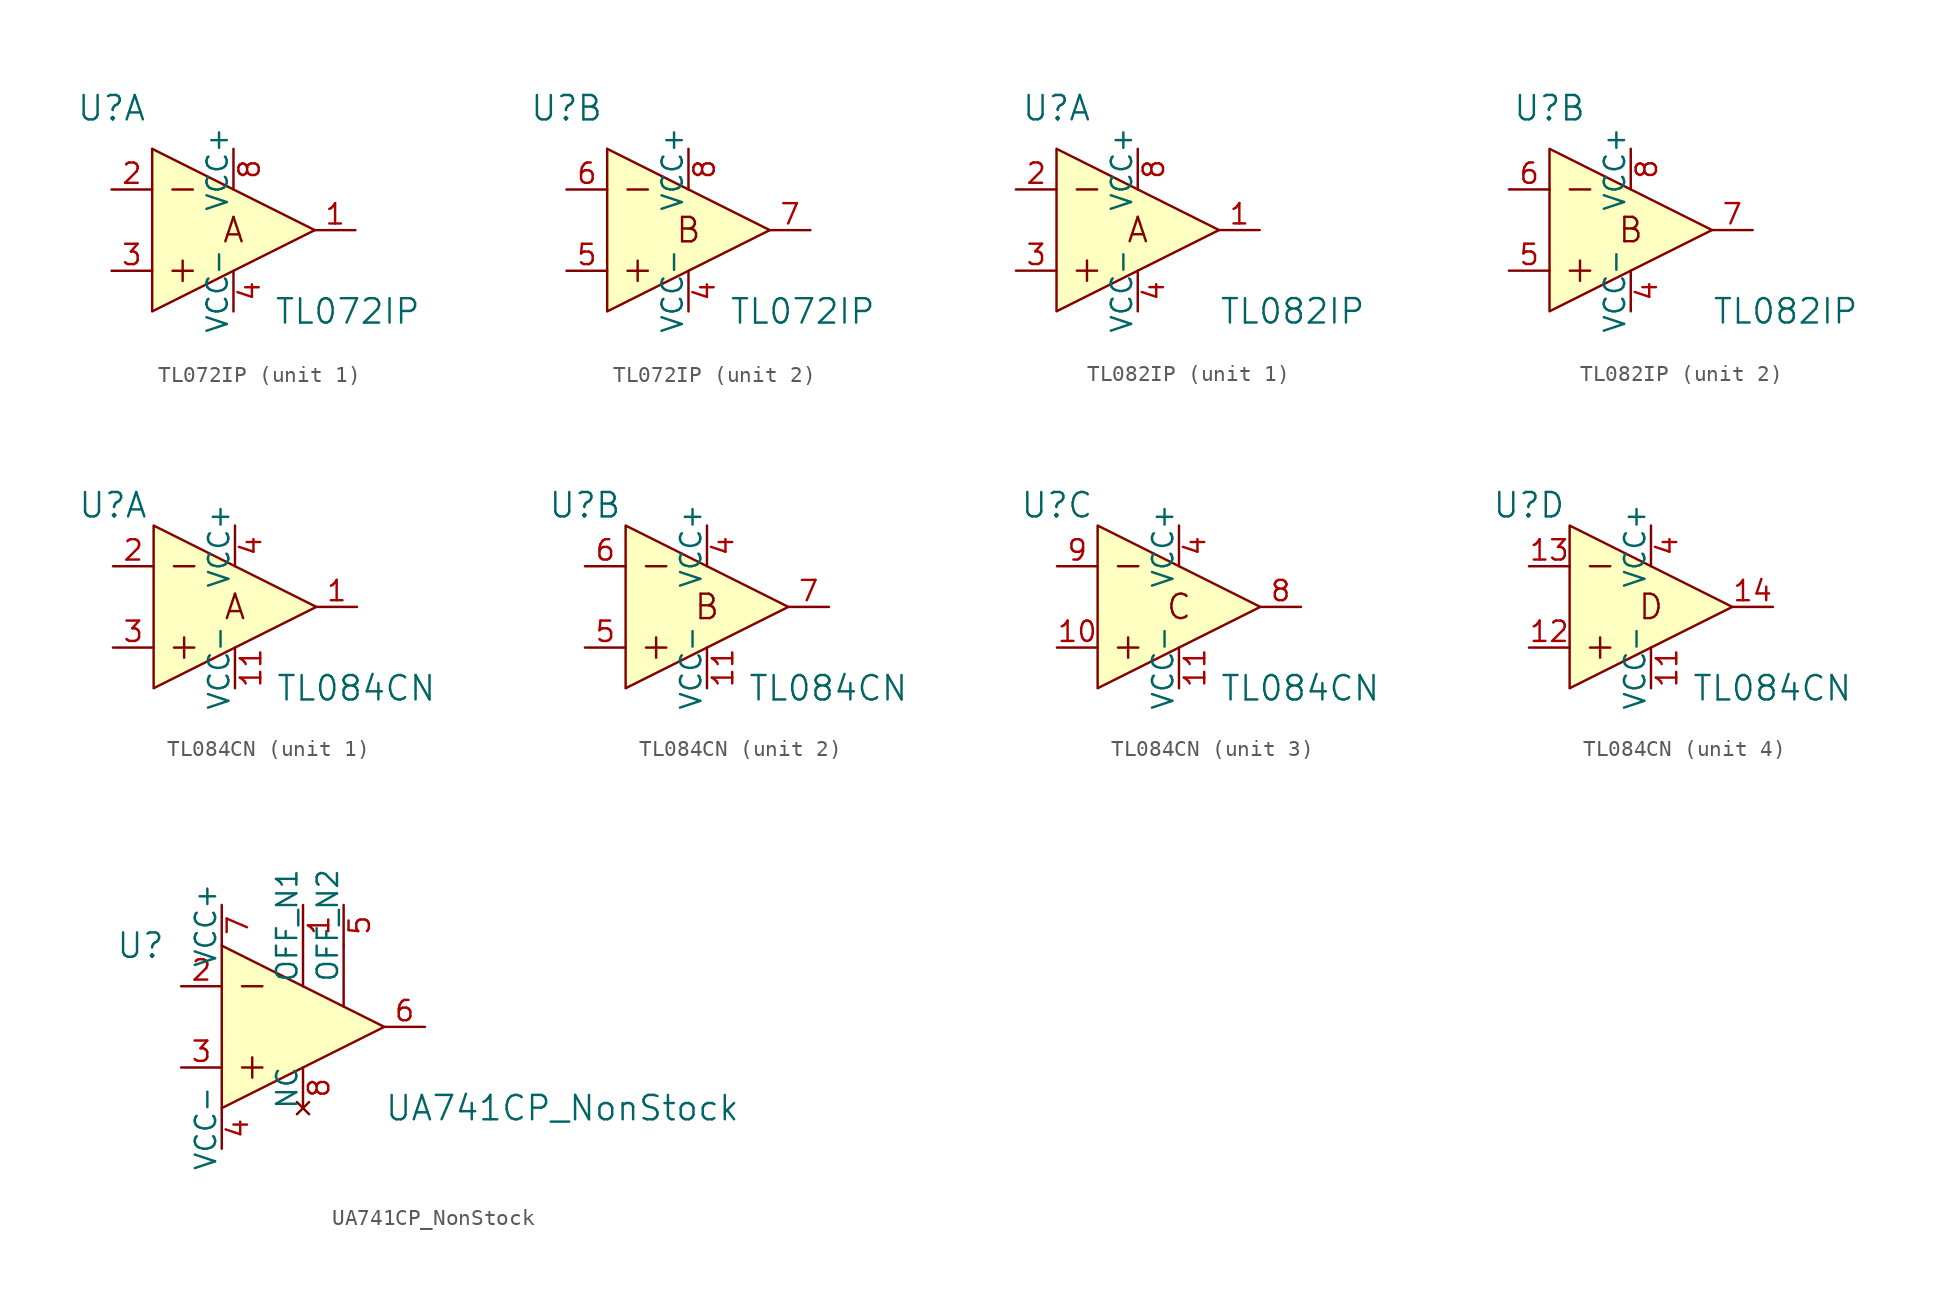
<source format=kicad_sym>
(kicad_symbol_lib
  (version 20231120)
  (generator "kicad_symbol_editor")
  (generator_version "8.0")
  (symbol "TL072IP"
    (pin_names
      (offset 0))
    (property "Reference" "U"
      (at -7.62 7.62 0)
      (effects (font (size 1.524 1.524))))
    (property "Value" "TL072IP"
      (at 2.54 -5.08 0)
      (effects (font (size 1.524 1.524)) (justify left)))
    (property "ki_locked" ""
      (at 0 0 0)
      (effects (font (size 1.27 1.27))))
    (symbol "TL072IP_0_1"
      (polyline (pts (xy -5.08 5.08) (xy 5.08 0)) (stroke (width 0) (type solid)) (fill (type none)))
      (polyline (pts (xy -3.81 -2.54) (xy -2.54 -2.54)) (stroke (width 0) (type solid)) (fill (type none)))
      (polyline (pts (xy -3.81 2.54) (xy -2.54 2.54)) (stroke (width 0) (type solid)) (fill (type none)))
      (polyline (pts (xy -3.175 -1.905) (xy -3.175 -3.175)) (stroke (width 0) (type solid)) (fill (type none)))
      (polyline (pts (xy -5.08 5.08) (xy -5.08 -5.08) (xy 5.08 0)) (stroke (width 0) (type solid)) (fill (type background))))
    (symbol "TL072IP_1_0"
      (text "A" (at 0 0 0) (effects (font (size 1.524 1.524)))))
    (symbol "TL072IP_1_1"
      (pin output line (at 7.62 0 180) (length 2.54) (name "~" (effects (font (size 1.27 1.27)))) (number "1" (effects (font (size 1.27 1.27)))))
      (pin input line (at -7.62 2.54 0) (length 2.54) (name "~" (effects (font (size 1.27 1.27)))) (number "2" (effects (font (size 1.27 1.27)))))
      (pin input line (at -7.62 -2.54 0) (length 2.54) (name "~" (effects (font (size 1.27 1.27)))) (number "3" (effects (font (size 1.27 1.27)))))
      (pin power_in line (at 0 -5.08 90) (length 2.54) (name "VCC-" (effects (font (size 1.27 1.27)))) (number "4" (effects (font (size 1.27 1.27)))))
      (pin power_in line (at 0 5.08 270) (length 2.54) (name "VCC+" (effects (font (size 1.27 1.27)))) (number "8" (effects (font (size 1.27 1.27))))))
    (symbol "TL072IP_2_0"
      (text "B" (at 0 0 0) (effects (font (size 1.524 1.524)))))
    (symbol "TL072IP_2_1"
      (pin power_in line (at 0 -5.08 90) (length 2.54) (name "VCC-" (effects (font (size 1.27 1.27)))) (number "4" (effects (font (size 1.27 1.27)))))
      (pin input line (at -7.62 -2.54 0) (length 2.54) (name "~" (effects (font (size 1.27 1.27)))) (number "5" (effects (font (size 1.27 1.27)))))
      (pin input line (at -7.62 2.54 0) (length 2.54) (name "~" (effects (font (size 1.27 1.27)))) (number "6" (effects (font (size 1.27 1.27)))))
      (pin output line (at 7.62 0 180) (length 2.54) (name "~" (effects (font (size 1.27 1.27)))) (number "7" (effects (font (size 1.27 1.27)))))
      (pin power_in line (at 0 5.08 270) (length 2.54) (name "VCC+" (effects (font (size 1.27 1.27)))) (number "8" (effects (font (size 1.27 1.27)))))))
  (symbol "TL082IP"
    (pin_names
      (offset 0))
    (property "Reference" "U"
      (at -5.08 7.62 0)
      (effects (font (size 1.524 1.524))))
    (property "Value" "TL082IP"
      (at 5.08 -5.08 0)
      (effects (font (size 1.524 1.524)) (justify left)))
    (property "ki_locked" ""
      (at 0 0 0)
      (effects (font (size 1.27 1.27))))
    (symbol "TL082IP_0_0"
      (polyline (pts (xy -3.81 -2.54) (xy -2.54 -2.54)) (stroke (width 0) (type solid)) (fill (type none)))
      (polyline (pts (xy -3.81 2.54) (xy -2.54 2.54)) (stroke (width 0) (type solid)) (fill (type none)))
      (polyline (pts (xy -3.175 -1.905) (xy -3.175 -3.175)) (stroke (width 0) (type solid)) (fill (type none)))
      (polyline (pts (xy -5.08 5.08) (xy -5.08 -5.08) (xy 5.08 0) (xy -5.08 5.08)) (stroke (width 0) (type solid)) (fill (type background))))
    (symbol "TL082IP_1_0"
      (text "A" (at 0 0 0) (effects (font (size 1.524 1.524)))))
    (symbol "TL082IP_1_1"
      (pin output line (at 7.62 0 180) (length 2.54) (name "~" (effects (font (size 1.27 1.27)))) (number "1" (effects (font (size 1.27 1.27)))))
      (pin input line (at -7.62 2.54 0) (length 2.54) (name "~" (effects (font (size 1.27 1.27)))) (number "2" (effects (font (size 1.27 1.27)))))
      (pin input line (at -7.62 -2.54 0) (length 2.54) (name "~" (effects (font (size 1.27 1.27)))) (number "3" (effects (font (size 1.27 1.27)))))
      (pin power_in line (at 0 -5.08 90) (length 2.54) (name "VCC-" (effects (font (size 1.27 1.27)))) (number "4" (effects (font (size 1.27 1.27)))))
      (pin power_in line (at 0 5.08 270) (length 2.54) (name "VCC+" (effects (font (size 1.27 1.27)))) (number "8" (effects (font (size 1.27 1.27))))))
    (symbol "TL082IP_2_0"
      (text "B" (at 0 0 0) (effects (font (size 1.524 1.524)))))
    (symbol "TL082IP_2_1"
      (pin power_in line (at 0 -5.08 90) (length 2.54) (name "VCC-" (effects (font (size 1.27 1.27)))) (number "4" (effects (font (size 1.27 1.27)))))
      (pin input line (at -7.62 -2.54 0) (length 2.54) (name "~" (effects (font (size 1.27 1.27)))) (number "5" (effects (font (size 1.27 1.27)))))
      (pin input line (at -7.62 2.54 0) (length 2.54) (name "~" (effects (font (size 1.27 1.27)))) (number "6" (effects (font (size 1.27 1.27)))))
      (pin output line (at 7.62 0 180) (length 2.54) (name "~" (effects (font (size 1.27 1.27)))) (number "7" (effects (font (size 1.27 1.27)))))
      (pin power_in line (at 0 5.08 270) (length 2.54) (name "VCC+" (effects (font (size 1.27 1.27)))) (number "8" (effects (font (size 1.27 1.27)))))))
  (symbol "TL084CN"
    (pin_names
      (offset 0))
    (property "Reference" "U"
      (at -7.62 6.35 0)
      (effects (font (size 1.524 1.524))))
    (property "Value" "TL084CN"
      (at 2.54 -5.08 0)
      (effects (font (size 1.524 1.524)) (justify left)))
    (property "ki_locked" ""
      (at 0 0 0)
      (effects (font (size 1.27 1.27))))
    (symbol "TL084CN_0_1"
      (polyline (pts (xy -3.81 -2.54) (xy -2.54 -2.54)) (stroke (width 0) (type solid)) (fill (type none)))
      (polyline (pts (xy -3.81 2.54) (xy -2.54 2.54)) (stroke (width 0) (type solid)) (fill (type none)))
      (polyline (pts (xy -3.175 -1.905) (xy -3.175 -3.175)) (stroke (width 0) (type solid)) (fill (type none)))
      (polyline (pts (xy -5.08 5.08) (xy -5.08 -5.08) (xy 5.08 0) (xy -5.08 5.08)) (stroke (width 0) (type solid)) (fill (type background))))
    (symbol "TL084CN_1_0"
      (text "A" (at 0 0 0) (effects (font (size 1.524 1.524)))))
    (symbol "TL084CN_1_1"
      (pin output line (at 7.62 0 180) (length 2.54) (name "~" (effects (font (size 1.27 1.27)))) (number "1" (effects (font (size 1.27 1.27)))))
      (pin power_in line (at 0 -5.08 90) (length 2.54) (name "VCC-" (effects (font (size 1.27 1.27)))) (number "11" (effects (font (size 1.27 1.27)))))
      (pin input line (at -7.62 2.54 0) (length 2.54) (name "~" (effects (font (size 1.27 1.27)))) (number "2" (effects (font (size 1.27 1.27)))))
      (pin input line (at -7.62 -2.54 0) (length 2.54) (name "~" (effects (font (size 1.27 1.27)))) (number "3" (effects (font (size 1.27 1.27)))))
      (pin power_in line (at 0 5.08 270) (length 2.54) (name "VCC+" (effects (font (size 1.27 1.27)))) (number "4" (effects (font (size 1.27 1.27))))))
    (symbol "TL084CN_2_0"
      (text "B" (at 0 0 0) (effects (font (size 1.524 1.524)))))
    (symbol "TL084CN_2_1"
      (pin power_in line (at 0 -5.08 90) (length 2.54) (name "VCC-" (effects (font (size 1.27 1.27)))) (number "11" (effects (font (size 1.27 1.27)))))
      (pin power_in line (at 0 5.08 270) (length 2.54) (name "VCC+" (effects (font (size 1.27 1.27)))) (number "4" (effects (font (size 1.27 1.27)))))
      (pin input line (at -7.62 -2.54 0) (length 2.54) (name "~" (effects (font (size 1.27 1.27)))) (number "5" (effects (font (size 1.27 1.27)))))
      (pin input line (at -7.62 2.54 0) (length 2.54) (name "~" (effects (font (size 1.27 1.27)))) (number "6" (effects (font (size 1.27 1.27)))))
      (pin output line (at 7.62 0 180) (length 2.54) (name "~" (effects (font (size 1.27 1.27)))) (number "7" (effects (font (size 1.27 1.27))))))
    (symbol "TL084CN_3_0"
      (text "C" (at 0 0 0) (effects (font (size 1.524 1.524)))))
    (symbol "TL084CN_3_1"
      (pin input line (at -7.62 -2.54 0) (length 2.54) (name "~" (effects (font (size 1.27 1.27)))) (number "10" (effects (font (size 1.27 1.27)))))
      (pin power_in line (at 0 -5.08 90) (length 2.54) (name "VCC-" (effects (font (size 1.27 1.27)))) (number "11" (effects (font (size 1.27 1.27)))))
      (pin power_in line (at 0 5.08 270) (length 2.54) (name "VCC+" (effects (font (size 1.27 1.27)))) (number "4" (effects (font (size 1.27 1.27)))))
      (pin output line (at 7.62 0 180) (length 2.54) (name "~" (effects (font (size 1.27 1.27)))) (number "8" (effects (font (size 1.27 1.27)))))
      (pin input line (at -7.62 2.54 0) (length 2.54) (name "~" (effects (font (size 1.27 1.27)))) (number "9" (effects (font (size 1.27 1.27))))))
    (symbol "TL084CN_4_0"
      (text "D" (at 0 0 0) (effects (font (size 1.524 1.524)))))
    (symbol "TL084CN_4_1"
      (pin power_in line (at 0 -5.08 90) (length 2.54) (name "VCC-" (effects (font (size 1.27 1.27)))) (number "11" (effects (font (size 1.27 1.27)))))
      (pin input line (at -7.62 -2.54 0) (length 2.54) (name "~" (effects (font (size 1.27 1.27)))) (number "12" (effects (font (size 1.27 1.27)))))
      (pin input line (at -7.62 2.54 0) (length 2.54) (name "~" (effects (font (size 1.27 1.27)))) (number "13" (effects (font (size 1.27 1.27)))))
      (pin output line (at 7.62 0 180) (length 2.54) (name "~" (effects (font (size 1.27 1.27)))) (number "14" (effects (font (size 1.27 1.27)))))
      (pin power_in line (at 0 5.08 270) (length 2.54) (name "VCC+" (effects (font (size 1.27 1.27)))) (number "4" (effects (font (size 1.27 1.27)))))))
  (symbol "UA741CP_NonStock"
    (pin_names
      (offset 0))
    (property "Reference" "U"
      (at -10.16 5.08 0)
      (effects (font (size 1.524 1.524))))
    (property "Value" "UA741CP_NonStock"
      (at 5.08 -5.08 0)
      (effects (font (size 1.524 1.524)) (justify left)))
    (symbol "UA741CP_NonStock_1_0"
      (polyline (pts (xy -3.81 -2.54) (xy -2.54 -2.54)) (stroke (width 0) (type solid)) (fill (type none)))
      (polyline (pts (xy -3.81 2.54) (xy -2.54 2.54)) (stroke (width 0) (type solid)) (fill (type none)))
      (polyline (pts (xy -3.175 -1.905) (xy -3.175 -3.175)) (stroke (width 0) (type solid)) (fill (type none)))
      (polyline (pts (xy 0 5.08) (xy 0 2.54)) (stroke (width 0) (type solid)) (fill (type none)))
      (polyline (pts (xy 2.54 5.08) (xy 2.54 1.27)) (stroke (width 0) (type solid)) (fill (type none)))
      (polyline (pts (xy -5.08 5.08) (xy -5.08 -5.08) (xy 5.08 0) (xy -5.08 5.08)) (stroke (width 0) (type solid)) (fill (type background))))
    (symbol "UA741CP_NonStock_1_1"
      (pin input line (at 0 7.62 270) (length 2.54) (name "OFF_N1" (effects (font (size 1.27 1.27)))) (number "1" (effects (font (size 1.27 1.27)))))
      (pin input line (at -7.62 2.54 0) (length 2.54) (name "~" (effects (font (size 1.27 1.27)))) (number "2" (effects (font (size 1.27 1.27)))))
      (pin input line (at -7.62 -2.54 0) (length 2.54) (name "~" (effects (font (size 1.27 1.27)))) (number "3" (effects (font (size 1.27 1.27)))))
      (pin power_in line (at -5.08 -7.62 90) (length 2.54) (name "VCC-" (effects (font (size 1.27 1.27)))) (number "4" (effects (font (size 1.27 1.27)))))
      (pin input line (at 2.54 7.62 270) (length 2.54) (name "OFF_N2" (effects (font (size 1.27 1.27)))) (number "5" (effects (font (size 1.27 1.27)))))
      (pin output line (at 7.62 0 180) (length 2.54) (name "~" (effects (font (size 1.27 1.27)))) (number "6" (effects (font (size 1.27 1.27)))))
      (pin power_in line (at -5.08 7.62 270) (length 2.54) (name "VCC+" (effects (font (size 1.27 1.27)))) (number "7" (effects (font (size 1.27 1.27)))))
      (pin no_connect line (at 0 -5.08 90) (length 2.54) (name "NC" (effects (font (size 1.27 1.27)))) (number "8" (effects (font (size 1.27 1.27))))))))
</source>
